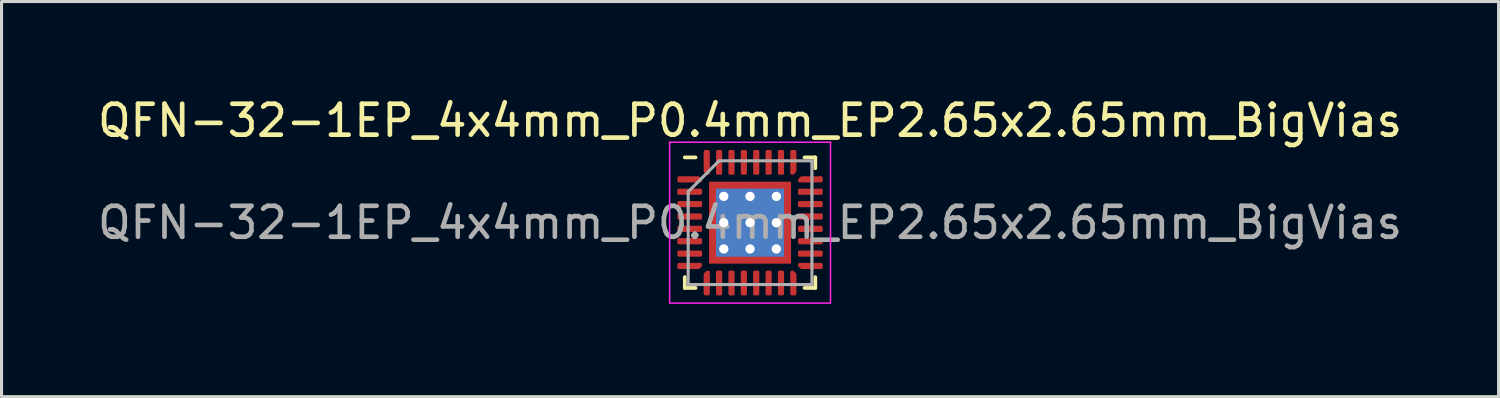
<source format=kicad_pcb>
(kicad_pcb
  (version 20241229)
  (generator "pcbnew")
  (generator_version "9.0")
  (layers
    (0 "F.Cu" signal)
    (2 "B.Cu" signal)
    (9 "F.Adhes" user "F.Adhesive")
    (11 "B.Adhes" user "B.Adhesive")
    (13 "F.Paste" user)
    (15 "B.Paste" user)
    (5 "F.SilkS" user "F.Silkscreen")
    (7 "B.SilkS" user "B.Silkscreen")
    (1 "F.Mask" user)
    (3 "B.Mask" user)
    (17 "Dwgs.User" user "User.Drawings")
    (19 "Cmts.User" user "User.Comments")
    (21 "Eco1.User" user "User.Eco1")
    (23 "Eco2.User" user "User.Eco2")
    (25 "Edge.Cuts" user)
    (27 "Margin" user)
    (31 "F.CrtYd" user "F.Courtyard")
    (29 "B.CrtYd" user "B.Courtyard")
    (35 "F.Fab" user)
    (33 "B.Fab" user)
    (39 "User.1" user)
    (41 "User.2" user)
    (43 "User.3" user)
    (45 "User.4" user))
  (footprint "QFN-32-1EP_4x4mm_P0.4mm_EP2.65x2.65mm_BigVias"
    (layer "F.Cu")
    (at 21.196 4.148)
    (property "Reference" "QFN-32-1EP_4x4mm_P0.4mm_EP2.65x2.65mm_BigVias" (at 0 -3.3 0) (layer "F.SilkS") (effects (font (size 1 1) (thickness 0.15))))
    (attr smd)
    (fp_line (start -2.11 2.11) (end -2.11 1.76) (stroke (width 0.12) (type solid)) (layer "F.SilkS"))
    (fp_line (start -1.76 -2.11) (end -2.11 -2.11) (stroke (width 0.12) (type solid)) (layer "F.SilkS"))
    (fp_line (start -1.76 2.11) (end -2.11 2.11) (stroke (width 0.12) (type solid)) (layer "F.SilkS"))
    (fp_line (start 1.76 -2.11) (end 2.11 -2.11) (stroke (width 0.12) (type solid)) (layer "F.SilkS"))
    (fp_line (start 1.76 2.11) (end 2.11 2.11) (stroke (width 0.12) (type solid)) (layer "F.SilkS"))
    (fp_line (start 2.11 -2.11) (end 2.11 -1.76) (stroke (width 0.12) (type solid)) (layer "F.SilkS"))
    (fp_line (start 2.11 2.11) (end 2.11 1.76) (stroke (width 0.12) (type solid)) (layer "F.SilkS"))
    (fp_line (start -2.6 -2.6) (end -2.6 2.6) (stroke (width 0.05) (type solid)) (layer "F.CrtYd"))
    (fp_line (start -2.6 2.6) (end 2.6 2.6) (stroke (width 0.05) (type solid)) (layer "F.CrtYd"))
    (fp_line (start 2.6 -2.6) (end -2.6 -2.6) (stroke (width 0.05) (type solid)) (layer "F.CrtYd"))
    (fp_line (start 2.6 2.6) (end 2.6 -2.6) (stroke (width 0.05) (type solid)) (layer "F.CrtYd"))
    (fp_line (start -2 -1) (end -1 -2) (stroke (width 0.1) (type solid)) (layer "F.Fab"))
    (fp_line (start -2 2) (end -2 -1) (stroke (width 0.1) (type solid)) (layer "F.Fab"))
    (fp_line (start -1 -2) (end 2 -2) (stroke (width 0.1) (type solid)) (layer "F.Fab"))
    (fp_line (start 2 -2) (end 2 2) (stroke (width 0.1) (type solid)) (layer "F.Fab"))
    (fp_line (start 2 2) (end -2 2) (stroke (width 0.1) (type solid)) (layer "F.Fab"))
    (fp_text user "${REFERENCE}" (at 0 0 0) (layer "F.Fab") (effects (font (size 1 1) (thickness 0.15))))
    (pad "" smd custom (at -1.087 -1.087) (size 0.248 0.248) (layers "F.Paste") (options (anchor circle)) (primitives (gr_poly (pts (xy 0.096 -0.039) (xy -0.039 0.096) (xy -0.096 0.096) (xy -0.096 -0.096) (xy 0.096 -0.096)) (width 0.191) (fill yes))))
    (pad "" smd custom (at -1.087 -0.425) (size 0.274 0.274) (layers "F.Paste") (options (anchor circle)) (primitives (gr_poly (pts (xy 0.096 -0.149) (xy 0.096 0.149) (xy -0.003 0.247) (xy -0.096 0.247) (xy -0.096 -0.247) (xy -0.003 -0.247)) (width 0.191) (fill yes))))
    (pad "" smd custom (at -1.087 0.425) (size 0.274 0.274) (layers "F.Paste") (options (anchor circle)) (primitives (gr_poly (pts (xy 0.096 -0.149) (xy 0.096 0.149) (xy -0.003 0.247) (xy -0.096 0.247) (xy -0.096 -0.247) (xy -0.003 -0.247)) (width 0.191) (fill yes))))
    (pad "" smd custom (at -1.087 1.087) (size 0.248 0.248) (layers "F.Paste") (options (anchor circle)) (primitives (gr_poly (pts (xy 0.096 0.039) (xy 0.096 0.096) (xy -0.096 0.096) (xy -0.096 -0.096) (xy -0.039 -0.096)) (width 0.191) (fill yes))))
    (pad "" smd custom (at -0.425 -1.087) (size 0.274 0.274) (layers "F.Paste") (options (anchor circle)) (primitives (gr_poly (pts (xy 0.247 -0.003) (xy 0.149 0.096) (xy -0.149 0.096) (xy -0.247 -0.003) (xy -0.247 -0.096) (xy 0.247 -0.096)) (width 0.191) (fill yes))))
    (pad "" smd custom (at -0.425 -0.425) (size 0.602 0.602) (layers "F.Paste") (options (anchor circle)) (primitives (gr_poly (pts (xy 0.259 -0.19) (xy 0.259 0.19) (xy 0.19 0.259) (xy -0.19 0.259) (xy -0.259 0.19) (xy -0.259 -0.19) (xy -0.19 -0.259) (xy 0.19 -0.259)) (width 0.167) (fill yes))))
    (pad "" smd custom (at -0.425 0.425) (size 0.602 0.602) (layers "F.Paste") (options (anchor circle)) (primitives (gr_poly (pts (xy 0.259 -0.19) (xy 0.259 0.19) (xy 0.19 0.259) (xy -0.19 0.259) (xy -0.259 0.19) (xy -0.259 -0.19) (xy -0.19 -0.259) (xy 0.19 -0.259)) (width 0.167) (fill yes))))
    (pad "" smd custom (at -0.425 1.087) (size 0.274 0.274) (layers "F.Paste") (options (anchor circle)) (primitives (gr_poly (pts (xy 0.247 0.003) (xy 0.247 0.096) (xy -0.247 0.096) (xy -0.247 0.003) (xy -0.149 -0.096) (xy 0.149 -0.096)) (width 0.191) (fill yes))))
    (pad "" smd custom (at 0.425 -1.087) (size 0.274 0.274) (layers "F.Paste") (options (anchor circle)) (primitives (gr_poly (pts (xy 0.247 -0.003) (xy 0.149 0.096) (xy -0.149 0.096) (xy -0.247 -0.003) (xy -0.247 -0.096) (xy 0.247 -0.096)) (width 0.191) (fill yes))))
    (pad "" smd custom (at 0.425 -0.425) (size 0.602 0.602) (layers "F.Paste") (options (anchor circle)) (primitives (gr_poly (pts (xy 0.259 -0.19) (xy 0.259 0.19) (xy 0.19 0.259) (xy -0.19 0.259) (xy -0.259 0.19) (xy -0.259 -0.19) (xy -0.19 -0.259) (xy 0.19 -0.259)) (width 0.167) (fill yes))))
    (pad "" smd custom (at 0.425 0.425) (size 0.602 0.602) (layers "F.Paste") (options (anchor circle)) (primitives (gr_poly (pts (xy 0.259 -0.19) (xy 0.259 0.19) (xy 0.19 0.259) (xy -0.19 0.259) (xy -0.259 0.19) (xy -0.259 -0.19) (xy -0.19 -0.259) (xy 0.19 -0.259)) (width 0.167) (fill yes))))
    (pad "" smd custom (at 0.425 1.087) (size 0.274 0.274) (layers "F.Paste") (options (anchor circle)) (primitives (gr_poly (pts (xy 0.247 0.003) (xy 0.247 0.096) (xy -0.247 0.096) (xy -0.247 0.003) (xy -0.149 -0.096) (xy 0.149 -0.096)) (width 0.191) (fill yes))))
    (pad "" smd custom (at 1.087 -1.087) (size 0.248 0.248) (layers "F.Paste") (options (anchor circle)) (primitives (gr_poly (pts (xy 0.096 0.096) (xy 0.039 0.096) (xy -0.096 -0.039) (xy -0.096 -0.096) (xy 0.096 -0.096)) (width 0.191) (fill yes))))
    (pad "" smd custom (at 1.087 -0.425) (size 0.274 0.274) (layers "F.Paste") (options (anchor circle)) (primitives (gr_poly (pts (xy 0.096 0.247) (xy 0.003 0.247) (xy -0.096 0.149) (xy -0.096 -0.149) (xy 0.003 -0.247) (xy 0.096 -0.247)) (width 0.191) (fill yes))))
    (pad "" smd custom (at 1.087 0.425) (size 0.274 0.274) (layers "F.Paste") (options (anchor circle)) (primitives (gr_poly (pts (xy 0.096 0.247) (xy 0.003 0.247) (xy -0.096 0.149) (xy -0.096 -0.149) (xy 0.003 -0.247) (xy 0.096 -0.247)) (width 0.191) (fill yes))))
    (pad "" smd custom (at 1.087 1.087) (size 0.248 0.248) (layers "F.Paste") (options (anchor circle)) (primitives (gr_poly (pts (xy 0.096 0.096) (xy -0.096 0.096) (xy -0.096 0.039) (xy 0.039 -0.096) (xy 0.096 -0.096)) (width 0.191) (fill yes))))
    (pad "1" smd custom (at -1.95 -1.4) (size 0.129 0.129) (layers "F.Cu" "F.Mask" "F.Paste") (options (anchor circle)) (primitives (gr_poly (pts (xy 0.35 0.021) (xy 0.35 0.05) (xy -0.35 0.05) (xy -0.35 -0.05) (xy 0.279 -0.05)) (width 0.1) (fill yes))))
    (pad "2" smd roundrect (at -1.95 -1) (size 0.8 0.2) (layers "F.Cu" "F.Mask" "F.Paste") (roundrect_rratio 0.25))
    (pad "3" smd roundrect (at -1.95 -0.6) (size 0.8 0.2) (layers "F.Cu" "F.Mask" "F.Paste") (roundrect_rratio 0.25))
    (pad "4" smd roundrect (at -1.95 -0.2) (size 0.8 0.2) (layers "F.Cu" "F.Mask" "F.Paste") (roundrect_rratio 0.25))
    (pad "5" smd roundrect (at -1.95 0.2) (size 0.8 0.2) (layers "F.Cu" "F.Mask" "F.Paste") (roundrect_rratio 0.25))
    (pad "6" smd roundrect (at -1.95 0.6) (size 0.8 0.2) (layers "F.Cu" "F.Mask" "F.Paste") (roundrect_rratio 0.25))
    (pad "7" smd roundrect (at -1.95 1) (size 0.8 0.2) (layers "F.Cu" "F.Mask" "F.Paste") (roundrect_rratio 0.25))
    (pad "8" smd custom (at -1.95 1.4) (size 0.129 0.129) (layers "F.Cu" "F.Mask" "F.Paste") (options (anchor circle)) (primitives (gr_poly (pts (xy 0.35 -0.021) (xy 0.279 0.05) (xy -0.35 0.05) (xy -0.35 -0.05) (xy 0.35 -0.05)) (width 0.1) (fill yes))))
    (pad "9" smd custom (at -1.4 1.95) (size 0.129 0.129) (layers "F.Cu" "F.Mask" "F.Paste") (options (anchor circle)) (primitives (gr_poly (pts (xy 0.05 0.35) (xy -0.05 0.35) (xy -0.05 -0.279) (xy 0.021 -0.35) (xy 0.05 -0.35)) (width 0.1) (fill yes))))
    (pad "10" smd roundrect (at -1 1.95) (size 0.2 0.8) (layers "F.Cu" "F.Mask" "F.Paste") (roundrect_rratio 0.25))
    (pad "11" smd roundrect (at -0.6 1.95) (size 0.2 0.8) (layers "F.Cu" "F.Mask" "F.Paste") (roundrect_rratio 0.25))
    (pad "12" smd roundrect (at -0.2 1.95) (size 0.2 0.8) (layers "F.Cu" "F.Mask" "F.Paste") (roundrect_rratio 0.25))
    (pad "13" smd roundrect (at 0.2 1.95) (size 0.2 0.8) (layers "F.Cu" "F.Mask" "F.Paste") (roundrect_rratio 0.25))
    (pad "14" smd roundrect (at 0.6 1.95) (size 0.2 0.8) (layers "F.Cu" "F.Mask" "F.Paste") (roundrect_rratio 0.25))
    (pad "15" smd roundrect (at 1 1.95) (size 0.2 0.8) (layers "F.Cu" "F.Mask" "F.Paste") (roundrect_rratio 0.25))
    (pad "16" smd custom (at 1.4 1.95) (size 0.129 0.129) (layers "F.Cu" "F.Mask" "F.Paste") (options (anchor circle)) (primitives (gr_poly (pts (xy 0.05 -0.279) (xy 0.05 0.35) (xy -0.05 0.35) (xy -0.05 -0.35) (xy -0.021 -0.35)) (width 0.1) (fill yes))))
    (pad "17" smd custom (at 1.95 1.4) (size 0.129 0.129) (layers "F.Cu" "F.Mask" "F.Paste") (options (anchor circle)) (primitives (gr_poly (pts (xy 0.35 0.05) (xy -0.279 0.05) (xy -0.35 -0.021) (xy -0.35 -0.05) (xy 0.35 -0.05)) (width 0.1) (fill yes))))
    (pad "18" smd roundrect (at 1.95 1) (size 0.8 0.2) (layers "F.Cu" "F.Mask" "F.Paste") (roundrect_rratio 0.25))
    (pad "19" smd roundrect (at 1.95 0.6) (size 0.8 0.2) (layers "F.Cu" "F.Mask" "F.Paste") (roundrect_rratio 0.25))
    (pad "20" smd roundrect (at 1.95 0.2) (size 0.8 0.2) (layers "F.Cu" "F.Mask" "F.Paste") (roundrect_rratio 0.25))
    (pad "21" smd roundrect (at 1.95 -0.2) (size 0.8 0.2) (layers "F.Cu" "F.Mask" "F.Paste") (roundrect_rratio 0.25))
    (pad "22" smd roundrect (at 1.95 -0.6) (size 0.8 0.2) (layers "F.Cu" "F.Mask" "F.Paste") (roundrect_rratio 0.25))
    (pad "23" smd roundrect (at 1.95 -1) (size 0.8 0.2) (layers "F.Cu" "F.Mask" "F.Paste") (roundrect_rratio 0.25))
    (pad "24" smd custom (at 1.95 -1.4) (size 0.129 0.129) (layers "F.Cu" "F.Mask" "F.Paste") (options (anchor circle)) (primitives (gr_poly (pts (xy 0.35 0.05) (xy -0.35 0.05) (xy -0.35 0.021) (xy -0.279 -0.05) (xy 0.35 -0.05)) (width 0.1) (fill yes))))
    (pad "25" smd custom (at 1.4 -1.95) (size 0.129 0.129) (layers "F.Cu" "F.Mask" "F.Paste") (options (anchor circle)) (primitives (gr_poly (pts (xy 0.05 0.279) (xy -0.021 0.35) (xy -0.05 0.35) (xy -0.05 -0.35) (xy 0.05 -0.35)) (width 0.1) (fill yes))))
    (pad "26" smd roundrect (at 1 -1.95) (size 0.2 0.8) (layers "F.Cu" "F.Mask" "F.Paste") (roundrect_rratio 0.25))
    (pad "27" smd roundrect (at 0.6 -1.95) (size 0.2 0.8) (layers "F.Cu" "F.Mask" "F.Paste") (roundrect_rratio 0.25))
    (pad "28" smd roundrect (at 0.2 -1.95) (size 0.2 0.8) (layers "F.Cu" "F.Mask" "F.Paste") (roundrect_rratio 0.25))
    (pad "29" smd roundrect (at -0.2 -1.95) (size 0.2 0.8) (layers "F.Cu" "F.Mask" "F.Paste") (roundrect_rratio 0.25))
    (pad "30" smd roundrect (at -0.6 -1.95) (size 0.2 0.8) (layers "F.Cu" "F.Mask" "F.Paste") (roundrect_rratio 0.25))
    (pad "31" smd roundrect (at -1 -1.95) (size 0.2 0.8) (layers "F.Cu" "F.Mask" "F.Paste") (roundrect_rratio 0.25))
    (pad "32" smd custom (at -1.4 -1.95) (size 0.129 0.129) (layers "F.Cu" "F.Mask" "F.Paste") (options (anchor circle)) (primitives (gr_poly (pts (xy 0.05 0.35) (xy 0.021 0.35) (xy -0.05 0.279) (xy -0.05 -0.35) (xy 0.05 -0.35)) (width 0.1) (fill yes))))
    (pad "33" thru_hole circle (at -0.85 -0.85) (size 0.5 0.5) (drill 0.3) (layers "*.Cu"))
    (pad "33" thru_hole circle (at -0.85 0) (size 0.5 0.5) (drill 0.3) (layers "*.Cu"))
    (pad "33" thru_hole circle (at -0.85 0.85) (size 0.5 0.5) (drill 0.3) (layers "*.Cu"))
    (pad "33" thru_hole circle (at 0 -0.85) (size 0.5 0.5) (drill 0.3) (layers "*.Cu"))
    (pad "33" thru_hole circle (at 0 0) (size 0.5 0.5) (drill 0.3) (layers "*.Cu"))
    (pad "33" smd rect (at 0 0) (size 2.2 2.2) (layers "B.Cu"))
    (pad "33" smd rect (at 0 0) (size 2.65 2.65) (layers "F.Cu" "F.Mask"))
    (pad "33" thru_hole circle (at 0 0.85) (size 0.5 0.5) (drill 0.3) (layers "*.Cu"))
    (pad "33" thru_hole circle (at 0.85 -0.85) (size 0.5 0.5) (drill 0.3) (layers "*.Cu"))
    (pad "33" thru_hole circle (at 0.85 0) (size 0.5 0.5) (drill 0.3) (layers "*.Cu"))
    (pad "33" thru_hole circle (at 0.85 0.85) (size 0.5 0.5) (drill 0.3) (layers "*.Cu")))
  (gr_rect
    (start -3 -3)
    (end 45.393 9.773)
    (stroke (width 0.1) (type default))
    (fill no)
    (layer "Edge.Cuts")))
</source>
